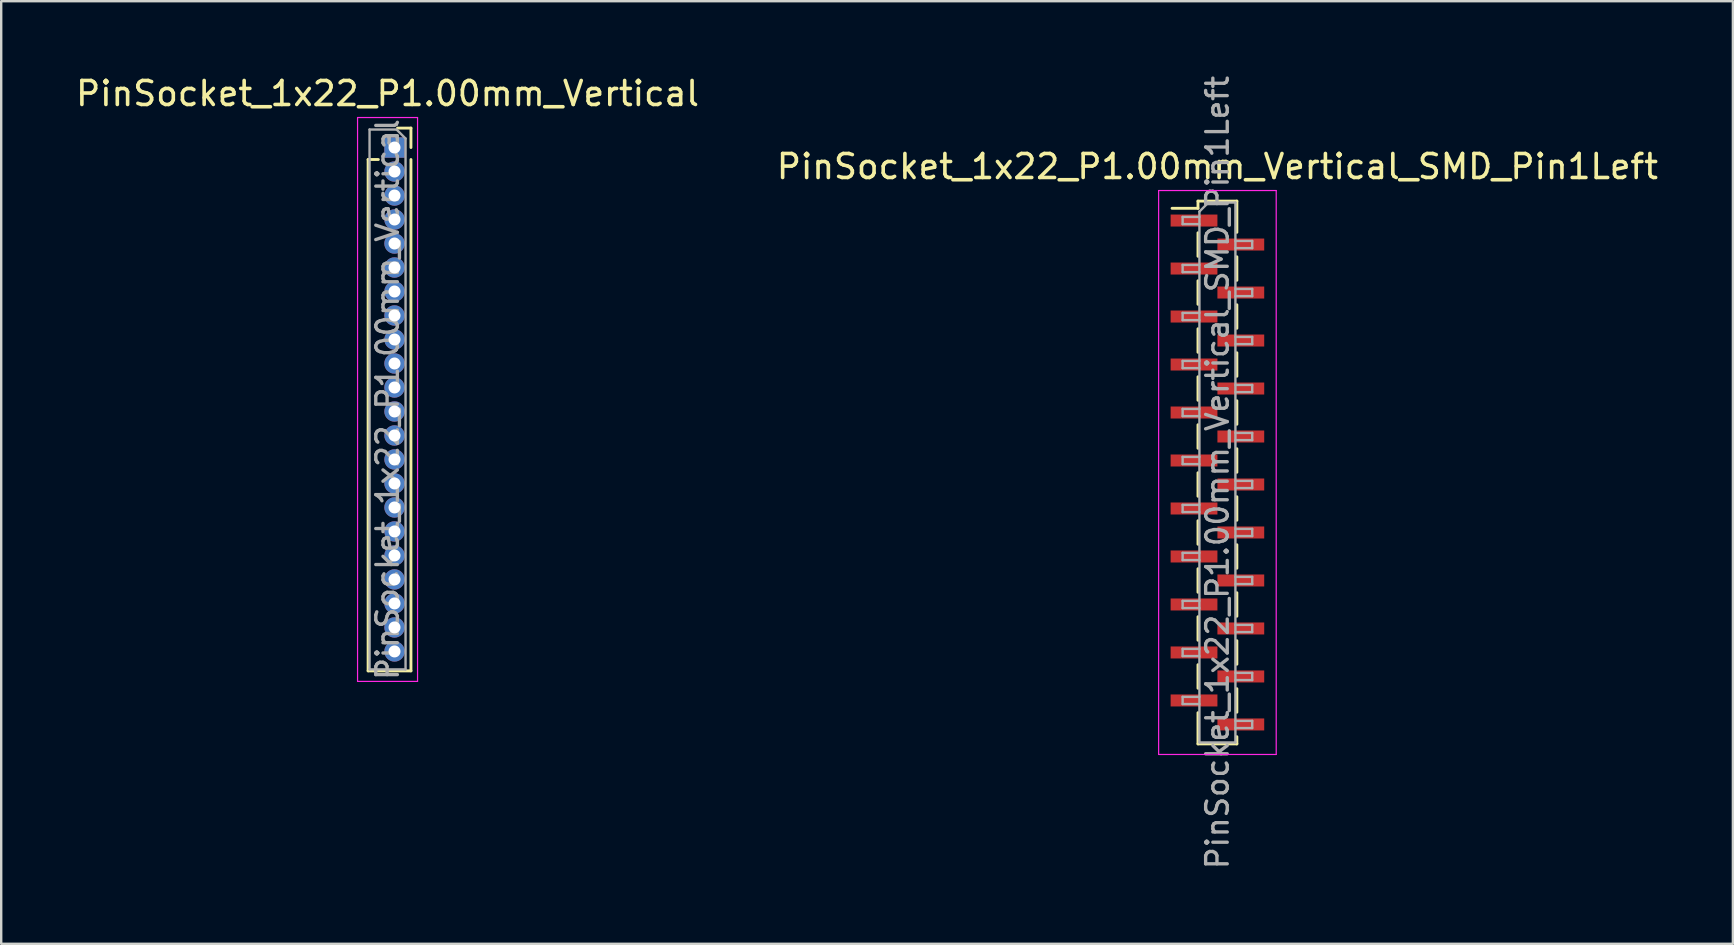
<source format=kicad_pcb>
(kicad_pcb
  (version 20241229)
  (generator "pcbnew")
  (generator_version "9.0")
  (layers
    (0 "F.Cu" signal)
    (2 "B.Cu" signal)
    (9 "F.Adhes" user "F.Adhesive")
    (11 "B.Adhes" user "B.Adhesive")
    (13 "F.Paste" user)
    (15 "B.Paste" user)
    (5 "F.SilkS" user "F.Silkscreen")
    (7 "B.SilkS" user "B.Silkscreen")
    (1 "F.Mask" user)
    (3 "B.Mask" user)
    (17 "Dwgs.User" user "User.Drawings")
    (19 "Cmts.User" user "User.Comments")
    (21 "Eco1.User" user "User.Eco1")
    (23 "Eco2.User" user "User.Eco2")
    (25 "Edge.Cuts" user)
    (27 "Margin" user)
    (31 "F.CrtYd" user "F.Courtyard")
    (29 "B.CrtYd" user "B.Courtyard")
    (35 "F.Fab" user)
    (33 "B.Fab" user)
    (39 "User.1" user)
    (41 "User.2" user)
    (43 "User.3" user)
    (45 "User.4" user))
  (footprint "PinSocket_1x22_P1.00mm_Vertical"
    (layer "F.Cu")
    (at 13.391 3.098)
    (property "Reference" "PinSocket_1x22_P1.00mm_Vertical" (at -0.29 -2.25 0) (layer "F.SilkS") (effects (font (size 1 1) (thickness 0.15))))
    (attr through_hole)
    (fp_line (start -1.1 0.5) (end -1.1 21.81) (stroke (width 0.12) (type solid)) (layer "F.SilkS"))
    (fp_line (start -1.1 0.5) (end -0.674 0.5) (stroke (width 0.12) (type solid)) (layer "F.SilkS"))
    (fp_line (start -1.1 21.81) (end 0.685 21.81) (stroke (width 0.12) (type solid)) (layer "F.SilkS"))
    (fp_line (start 0.125 -0.81) (end 0.685 -0.81) (stroke (width 0.12) (type solid)) (layer "F.SilkS"))
    (fp_line (start 0.685 -0.81) (end 0.685 0) (stroke (width 0.12) (type solid)) (layer "F.SilkS"))
    (fp_line (start 0.685 0.5) (end 0.685 21.81) (stroke (width 0.12) (type solid)) (layer "F.SilkS"))
    (fp_line (start -1.54 -1.25) (end 0.96 -1.25) (stroke (width 0.05) (type solid)) (layer "F.CrtYd"))
    (fp_line (start -1.54 22.25) (end -1.54 -1.25) (stroke (width 0.05) (type solid)) (layer "F.CrtYd"))
    (fp_line (start 0.96 -1.25) (end 0.96 22.25) (stroke (width 0.05) (type solid)) (layer "F.CrtYd"))
    (fp_line (start 0.96 22.25) (end -1.54 22.25) (stroke (width 0.05) (type solid)) (layer "F.CrtYd"))
    (fp_line (start -1.04 -0.75) (end 0.085 -0.75) (stroke (width 0.1) (type solid)) (layer "F.Fab"))
    (fp_line (start -1.04 21.75) (end -1.04 -0.75) (stroke (width 0.1) (type solid)) (layer "F.Fab"))
    (fp_line (start 0.085 -0.75) (end 0.46 -0.375) (stroke (width 0.1) (type solid)) (layer "F.Fab"))
    (fp_line (start 0.46 -0.375) (end 0.46 21.75) (stroke (width 0.1) (type solid)) (layer "F.Fab"))
    (fp_line (start 0.46 21.75) (end -1.04 21.75) (stroke (width 0.1) (type solid)) (layer "F.Fab"))
    (fp_text user "${REFERENCE}" (at -0.29 10.5 90) (layer "F.Fab") (effects (font (size 0.9 0.9) (thickness 0.14))))
    (pad "1" thru_hole rect (at 0 0) (size 0.85 0.85) (drill 0.5) (layers "*.Cu" "*.Mask"))
    (pad "2" thru_hole oval (at 0 1) (size 0.85 0.85) (drill 0.5) (layers "*.Cu" "*.Mask"))
    (pad "3" thru_hole oval (at 0 2) (size 0.85 0.85) (drill 0.5) (layers "*.Cu" "*.Mask"))
    (pad "4" thru_hole oval (at 0 3) (size 0.85 0.85) (drill 0.5) (layers "*.Cu" "*.Mask"))
    (pad "5" thru_hole oval (at 0 4) (size 0.85 0.85) (drill 0.5) (layers "*.Cu" "*.Mask"))
    (pad "6" thru_hole oval (at 0 5) (size 0.85 0.85) (drill 0.5) (layers "*.Cu" "*.Mask"))
    (pad "7" thru_hole oval (at 0 6) (size 0.85 0.85) (drill 0.5) (layers "*.Cu" "*.Mask"))
    (pad "8" thru_hole oval (at 0 7) (size 0.85 0.85) (drill 0.5) (layers "*.Cu" "*.Mask"))
    (pad "9" thru_hole oval (at 0 8) (size 0.85 0.85) (drill 0.5) (layers "*.Cu" "*.Mask"))
    (pad "10" thru_hole oval (at 0 9) (size 0.85 0.85) (drill 0.5) (layers "*.Cu" "*.Mask"))
    (pad "11" thru_hole oval (at 0 10) (size 0.85 0.85) (drill 0.5) (layers "*.Cu" "*.Mask"))
    (pad "12" thru_hole oval (at 0 11) (size 0.85 0.85) (drill 0.5) (layers "*.Cu" "*.Mask"))
    (pad "13" thru_hole oval (at 0 12) (size 0.85 0.85) (drill 0.5) (layers "*.Cu" "*.Mask"))
    (pad "14" thru_hole oval (at 0 13) (size 0.85 0.85) (drill 0.5) (layers "*.Cu" "*.Mask"))
    (pad "15" thru_hole oval (at 0 14) (size 0.85 0.85) (drill 0.5) (layers "*.Cu" "*.Mask"))
    (pad "16" thru_hole oval (at 0 15) (size 0.85 0.85) (drill 0.5) (layers "*.Cu" "*.Mask"))
    (pad "17" thru_hole oval (at 0 16) (size 0.85 0.85) (drill 0.5) (layers "*.Cu" "*.Mask"))
    (pad "18" thru_hole oval (at 0 17) (size 0.85 0.85) (drill 0.5) (layers "*.Cu" "*.Mask"))
    (pad "19" thru_hole oval (at 0 18) (size 0.85 0.85) (drill 0.5) (layers "*.Cu" "*.Mask"))
    (pad "20" thru_hole oval (at 0 19) (size 0.85 0.85) (drill 0.5) (layers "*.Cu" "*.Mask"))
    (pad "21" thru_hole oval (at 0 20) (size 0.85 0.85) (drill 0.5) (layers "*.Cu" "*.Mask"))
    (pad "22" thru_hole oval (at 0 21) (size 0.85 0.85) (drill 0.5) (layers "*.Cu" "*.Mask")))
  (footprint "PinSocket_1x22_P1.00mm_Vertical_SMD_Pin1Left"
    (layer "F.Cu")
    (at 47.685 16.641)
    (property "Reference" "PinSocket_1x22_P1.00mm_Vertical_SMD_Pin1Left" (at 0 -12.75 0) (layer "F.SilkS") (effects (font (size 1 1) (thickness 0.15))))
    (attr smd)
    (fp_line (start -1.89 -11.01) (end -0.81 -11.01) (stroke (width 0.12) (type solid)) (layer "F.SilkS"))
    (fp_line (start -0.81 -11.31) (end -0.81 -11.01) (stroke (width 0.12) (type solid)) (layer "F.SilkS"))
    (fp_line (start -0.81 -11.31) (end 0.81 -11.31) (stroke (width 0.12) (type solid)) (layer "F.SilkS"))
    (fp_line (start -0.81 -9.99) (end -0.81 -9.01) (stroke (width 0.12) (type solid)) (layer "F.SilkS"))
    (fp_line (start -0.81 -7.99) (end -0.81 -7.01) (stroke (width 0.12) (type solid)) (layer "F.SilkS"))
    (fp_line (start -0.81 -5.99) (end -0.81 -5.01) (stroke (width 0.12) (type solid)) (layer "F.SilkS"))
    (fp_line (start -0.81 -3.99) (end -0.81 -3.01) (stroke (width 0.12) (type solid)) (layer "F.SilkS"))
    (fp_line (start -0.81 -1.99) (end -0.81 -1.01) (stroke (width 0.12) (type solid)) (layer "F.SilkS"))
    (fp_line (start -0.81 0.01) (end -0.81 0.99) (stroke (width 0.12) (type solid)) (layer "F.SilkS"))
    (fp_line (start -0.81 2.01) (end -0.81 2.99) (stroke (width 0.12) (type solid)) (layer "F.SilkS"))
    (fp_line (start -0.81 4.01) (end -0.81 4.99) (stroke (width 0.12) (type solid)) (layer "F.SilkS"))
    (fp_line (start -0.81 6.01) (end -0.81 6.99) (stroke (width 0.12) (type solid)) (layer "F.SilkS"))
    (fp_line (start -0.81 8.01) (end -0.81 8.99) (stroke (width 0.12) (type solid)) (layer "F.SilkS"))
    (fp_line (start -0.81 10.01) (end -0.81 11.31) (stroke (width 0.12) (type solid)) (layer "F.SilkS"))
    (fp_line (start -0.81 11.31) (end 0.81 11.31) (stroke (width 0.12) (type solid)) (layer "F.SilkS"))
    (fp_line (start 0.81 -11.31) (end 0.81 -10.01) (stroke (width 0.12) (type solid)) (layer "F.SilkS"))
    (fp_line (start 0.81 -8.99) (end 0.81 -8.01) (stroke (width 0.12) (type solid)) (layer "F.SilkS"))
    (fp_line (start 0.81 -6.99) (end 0.81 -6.01) (stroke (width 0.12) (type solid)) (layer "F.SilkS"))
    (fp_line (start 0.81 -4.99) (end 0.81 -4.01) (stroke (width 0.12) (type solid)) (layer "F.SilkS"))
    (fp_line (start 0.81 -2.99) (end 0.81 -2.01) (stroke (width 0.12) (type solid)) (layer "F.SilkS"))
    (fp_line (start 0.81 -0.99) (end 0.81 -0.01) (stroke (width 0.12) (type solid)) (layer "F.SilkS"))
    (fp_line (start 0.81 1.01) (end 0.81 1.99) (stroke (width 0.12) (type solid)) (layer "F.SilkS"))
    (fp_line (start 0.81 3.01) (end 0.81 3.99) (stroke (width 0.12) (type solid)) (layer "F.SilkS"))
    (fp_line (start 0.81 5.01) (end 0.81 5.99) (stroke (width 0.12) (type solid)) (layer "F.SilkS"))
    (fp_line (start 0.81 7.01) (end 0.81 7.99) (stroke (width 0.12) (type solid)) (layer "F.SilkS"))
    (fp_line (start 0.81 9.01) (end 0.81 9.99) (stroke (width 0.12) (type solid)) (layer "F.SilkS"))
    (fp_line (start 0.81 11.01) (end 0.81 11.31) (stroke (width 0.12) (type solid)) (layer "F.SilkS"))
    (fp_line (start -2.45 -11.75) (end 2.45 -11.75) (stroke (width 0.05) (type solid)) (layer "F.CrtYd"))
    (fp_line (start -2.45 11.75) (end -2.45 -11.75) (stroke (width 0.05) (type solid)) (layer "F.CrtYd"))
    (fp_line (start 2.45 -11.75) (end 2.45 11.75) (stroke (width 0.05) (type solid)) (layer "F.CrtYd"))
    (fp_line (start 2.45 11.75) (end -2.45 11.75) (stroke (width 0.05) (type solid)) (layer "F.CrtYd"))
    (fp_line (start -1.45 -10.65) (end -0.75 -10.65) (stroke (width 0.1) (type solid)) (layer "F.Fab"))
    (fp_line (start -1.45 -10.35) (end -1.45 -10.65) (stroke (width 0.1) (type solid)) (layer "F.Fab"))
    (fp_line (start -1.45 -8.65) (end -0.75 -8.65) (stroke (width 0.1) (type solid)) (layer "F.Fab"))
    (fp_line (start -1.45 -8.35) (end -1.45 -8.65) (stroke (width 0.1) (type solid)) (layer "F.Fab"))
    (fp_line (start -1.45 -6.65) (end -0.75 -6.65) (stroke (width 0.1) (type solid)) (layer "F.Fab"))
    (fp_line (start -1.45 -6.35) (end -1.45 -6.65) (stroke (width 0.1) (type solid)) (layer "F.Fab"))
    (fp_line (start -1.45 -4.65) (end -0.75 -4.65) (stroke (width 0.1) (type solid)) (layer "F.Fab"))
    (fp_line (start -1.45 -4.35) (end -1.45 -4.65) (stroke (width 0.1) (type solid)) (layer "F.Fab"))
    (fp_line (start -1.45 -2.65) (end -0.75 -2.65) (stroke (width 0.1) (type solid)) (layer "F.Fab"))
    (fp_line (start -1.45 -2.35) (end -1.45 -2.65) (stroke (width 0.1) (type solid)) (layer "F.Fab"))
    (fp_line (start -1.45 -0.65) (end -0.75 -0.65) (stroke (width 0.1) (type solid)) (layer "F.Fab"))
    (fp_line (start -1.45 -0.35) (end -1.45 -0.65) (stroke (width 0.1) (type solid)) (layer "F.Fab"))
    (fp_line (start -1.45 1.35) (end -0.75 1.35) (stroke (width 0.1) (type solid)) (layer "F.Fab"))
    (fp_line (start -1.45 1.65) (end -1.45 1.35) (stroke (width 0.1) (type solid)) (layer "F.Fab"))
    (fp_line (start -1.45 3.35) (end -0.75 3.35) (stroke (width 0.1) (type solid)) (layer "F.Fab"))
    (fp_line (start -1.45 3.65) (end -1.45 3.35) (stroke (width 0.1) (type solid)) (layer "F.Fab"))
    (fp_line (start -1.45 5.35) (end -0.75 5.35) (stroke (width 0.1) (type solid)) (layer "F.Fab"))
    (fp_line (start -1.45 5.65) (end -1.45 5.35) (stroke (width 0.1) (type solid)) (layer "F.Fab"))
    (fp_line (start -1.45 7.35) (end -0.75 7.35) (stroke (width 0.1) (type solid)) (layer "F.Fab"))
    (fp_line (start -1.45 7.65) (end -1.45 7.35) (stroke (width 0.1) (type solid)) (layer "F.Fab"))
    (fp_line (start -1.45 9.35) (end -0.75 9.35) (stroke (width 0.1) (type solid)) (layer "F.Fab"))
    (fp_line (start -1.45 9.65) (end -1.45 9.35) (stroke (width 0.1) (type solid)) (layer "F.Fab"))
    (fp_line (start -0.75 -10.875) (end -0.375 -11.25) (stroke (width 0.1) (type solid)) (layer "F.Fab"))
    (fp_line (start -0.75 -10.35) (end -1.45 -10.35) (stroke (width 0.1) (type solid)) (layer "F.Fab"))
    (fp_line (start -0.75 -8.35) (end -1.45 -8.35) (stroke (width 0.1) (type solid)) (layer "F.Fab"))
    (fp_line (start -0.75 -6.35) (end -1.45 -6.35) (stroke (width 0.1) (type solid)) (layer "F.Fab"))
    (fp_line (start -0.75 -4.35) (end -1.45 -4.35) (stroke (width 0.1) (type solid)) (layer "F.Fab"))
    (fp_line (start -0.75 -2.35) (end -1.45 -2.35) (stroke (width 0.1) (type solid)) (layer "F.Fab"))
    (fp_line (start -0.75 -0.35) (end -1.45 -0.35) (stroke (width 0.1) (type solid)) (layer "F.Fab"))
    (fp_line (start -0.75 1.65) (end -1.45 1.65) (stroke (width 0.1) (type solid)) (layer "F.Fab"))
    (fp_line (start -0.75 3.65) (end -1.45 3.65) (stroke (width 0.1) (type solid)) (layer "F.Fab"))
    (fp_line (start -0.75 5.65) (end -1.45 5.65) (stroke (width 0.1) (type solid)) (layer "F.Fab"))
    (fp_line (start -0.75 7.65) (end -1.45 7.65) (stroke (width 0.1) (type solid)) (layer "F.Fab"))
    (fp_line (start -0.75 9.65) (end -1.45 9.65) (stroke (width 0.1) (type solid)) (layer "F.Fab"))
    (fp_line (start -0.75 11.25) (end -0.75 -10.875) (stroke (width 0.1) (type solid)) (layer "F.Fab"))
    (fp_line (start -0.375 -11.25) (end 0.75 -11.25) (stroke (width 0.1) (type solid)) (layer "F.Fab"))
    (fp_line (start 0.75 -11.25) (end 0.75 11.25) (stroke (width 0.1) (type solid)) (layer "F.Fab"))
    (fp_line (start 0.75 -9.65) (end 1.45 -9.65) (stroke (width 0.1) (type solid)) (layer "F.Fab"))
    (fp_line (start 0.75 -7.65) (end 1.45 -7.65) (stroke (width 0.1) (type solid)) (layer "F.Fab"))
    (fp_line (start 0.75 -5.65) (end 1.45 -5.65) (stroke (width 0.1) (type solid)) (layer "F.Fab"))
    (fp_line (start 0.75 -3.65) (end 1.45 -3.65) (stroke (width 0.1) (type solid)) (layer "F.Fab"))
    (fp_line (start 0.75 -1.65) (end 1.45 -1.65) (stroke (width 0.1) (type solid)) (layer "F.Fab"))
    (fp_line (start 0.75 0.35) (end 1.45 0.35) (stroke (width 0.1) (type solid)) (layer "F.Fab"))
    (fp_line (start 0.75 2.35) (end 1.45 2.35) (stroke (width 0.1) (type solid)) (layer "F.Fab"))
    (fp_line (start 0.75 4.35) (end 1.45 4.35) (stroke (width 0.1) (type solid)) (layer "F.Fab"))
    (fp_line (start 0.75 6.35) (end 1.45 6.35) (stroke (width 0.1) (type solid)) (layer "F.Fab"))
    (fp_line (start 0.75 8.35) (end 1.45 8.35) (stroke (width 0.1) (type solid)) (layer "F.Fab"))
    (fp_line (start 0.75 10.35) (end 1.45 10.35) (stroke (width 0.1) (type solid)) (layer "F.Fab"))
    (fp_line (start 0.75 11.25) (end -0.75 11.25) (stroke (width 0.1) (type solid)) (layer "F.Fab"))
    (fp_line (start 1.45 -9.65) (end 1.45 -9.35) (stroke (width 0.1) (type solid)) (layer "F.Fab"))
    (fp_line (start 1.45 -9.35) (end 0.75 -9.35) (stroke (width 0.1) (type solid)) (layer "F.Fab"))
    (fp_line (start 1.45 -7.65) (end 1.45 -7.35) (stroke (width 0.1) (type solid)) (layer "F.Fab"))
    (fp_line (start 1.45 -7.35) (end 0.75 -7.35) (stroke (width 0.1) (type solid)) (layer "F.Fab"))
    (fp_line (start 1.45 -5.65) (end 1.45 -5.35) (stroke (width 0.1) (type solid)) (layer "F.Fab"))
    (fp_line (start 1.45 -5.35) (end 0.75 -5.35) (stroke (width 0.1) (type solid)) (layer "F.Fab"))
    (fp_line (start 1.45 -3.65) (end 1.45 -3.35) (stroke (width 0.1) (type solid)) (layer "F.Fab"))
    (fp_line (start 1.45 -3.35) (end 0.75 -3.35) (stroke (width 0.1) (type solid)) (layer "F.Fab"))
    (fp_line (start 1.45 -1.65) (end 1.45 -1.35) (stroke (width 0.1) (type solid)) (layer "F.Fab"))
    (fp_line (start 1.45 -1.35) (end 0.75 -1.35) (stroke (width 0.1) (type solid)) (layer "F.Fab"))
    (fp_line (start 1.45 0.35) (end 1.45 0.65) (stroke (width 0.1) (type solid)) (layer "F.Fab"))
    (fp_line (start 1.45 0.65) (end 0.75 0.65) (stroke (width 0.1) (type solid)) (layer "F.Fab"))
    (fp_line (start 1.45 2.35) (end 1.45 2.65) (stroke (width 0.1) (type solid)) (layer "F.Fab"))
    (fp_line (start 1.45 2.65) (end 0.75 2.65) (stroke (width 0.1) (type solid)) (layer "F.Fab"))
    (fp_line (start 1.45 4.35) (end 1.45 4.65) (stroke (width 0.1) (type solid)) (layer "F.Fab"))
    (fp_line (start 1.45 4.65) (end 0.75 4.65) (stroke (width 0.1) (type solid)) (layer "F.Fab"))
    (fp_line (start 1.45 6.35) (end 1.45 6.65) (stroke (width 0.1) (type solid)) (layer "F.Fab"))
    (fp_line (start 1.45 6.65) (end 0.75 6.65) (stroke (width 0.1) (type solid)) (layer "F.Fab"))
    (fp_line (start 1.45 8.35) (end 1.45 8.65) (stroke (width 0.1) (type solid)) (layer "F.Fab"))
    (fp_line (start 1.45 8.65) (end 0.75 8.65) (stroke (width 0.1) (type solid)) (layer "F.Fab"))
    (fp_line (start 1.45 10.35) (end 1.45 10.65) (stroke (width 0.1) (type solid)) (layer "F.Fab"))
    (fp_line (start 1.45 10.65) (end 0.75 10.65) (stroke (width 0.1) (type solid)) (layer "F.Fab"))
    (fp_text user "${REFERENCE}" (at 0 0 90) (layer "F.Fab") (effects (font (size 0.9 0.9) (thickness 0.14))))
    (pad "1" smd rect (at -0.975 -10.5) (size 1.95 0.5) (layers "F.Cu" "F.Mask" "F.Paste"))
    (pad "2" smd rect (at 0.975 -9.5) (size 1.95 0.5) (layers "F.Cu" "F.Mask" "F.Paste"))
    (pad "3" smd rect (at -0.975 -8.5) (size 1.95 0.5) (layers "F.Cu" "F.Mask" "F.Paste"))
    (pad "4" smd rect (at 0.975 -7.5) (size 1.95 0.5) (layers "F.Cu" "F.Mask" "F.Paste"))
    (pad "5" smd rect (at -0.975 -6.5) (size 1.95 0.5) (layers "F.Cu" "F.Mask" "F.Paste"))
    (pad "6" smd rect (at 0.975 -5.5) (size 1.95 0.5) (layers "F.Cu" "F.Mask" "F.Paste"))
    (pad "7" smd rect (at -0.975 -4.5) (size 1.95 0.5) (layers "F.Cu" "F.Mask" "F.Paste"))
    (pad "8" smd rect (at 0.975 -3.5) (size 1.95 0.5) (layers "F.Cu" "F.Mask" "F.Paste"))
    (pad "9" smd rect (at -0.975 -2.5) (size 1.95 0.5) (layers "F.Cu" "F.Mask" "F.Paste"))
    (pad "10" smd rect (at 0.975 -1.5) (size 1.95 0.5) (layers "F.Cu" "F.Mask" "F.Paste"))
    (pad "11" smd rect (at -0.975 -0.5) (size 1.95 0.5) (layers "F.Cu" "F.Mask" "F.Paste"))
    (pad "12" smd rect (at 0.975 0.5) (size 1.95 0.5) (layers "F.Cu" "F.Mask" "F.Paste"))
    (pad "13" smd rect (at -0.975 1.5) (size 1.95 0.5) (layers "F.Cu" "F.Mask" "F.Paste"))
    (pad "14" smd rect (at 0.975 2.5) (size 1.95 0.5) (layers "F.Cu" "F.Mask" "F.Paste"))
    (pad "15" smd rect (at -0.975 3.5) (size 1.95 0.5) (layers "F.Cu" "F.Mask" "F.Paste"))
    (pad "16" smd rect (at 0.975 4.5) (size 1.95 0.5) (layers "F.Cu" "F.Mask" "F.Paste"))
    (pad "17" smd rect (at -0.975 5.5) (size 1.95 0.5) (layers "F.Cu" "F.Mask" "F.Paste"))
    (pad "18" smd rect (at 0.975 6.5) (size 1.95 0.5) (layers "F.Cu" "F.Mask" "F.Paste"))
    (pad "19" smd rect (at -0.975 7.5) (size 1.95 0.5) (layers "F.Cu" "F.Mask" "F.Paste"))
    (pad "20" smd rect (at 0.975 8.5) (size 1.95 0.5) (layers "F.Cu" "F.Mask" "F.Paste"))
    (pad "21" smd rect (at -0.975 9.5) (size 1.95 0.5) (layers "F.Cu" "F.Mask" "F.Paste"))
    (pad "22" smd rect (at 0.975 10.5) (size 1.95 0.5) (layers "F.Cu" "F.Mask" "F.Paste")))
  (gr_rect
    (start -3 -3)
    (end 69.167 36.283)
    (stroke (width 0.1) (type default))
    (fill no)
    (layer "Edge.Cuts")))
</source>
